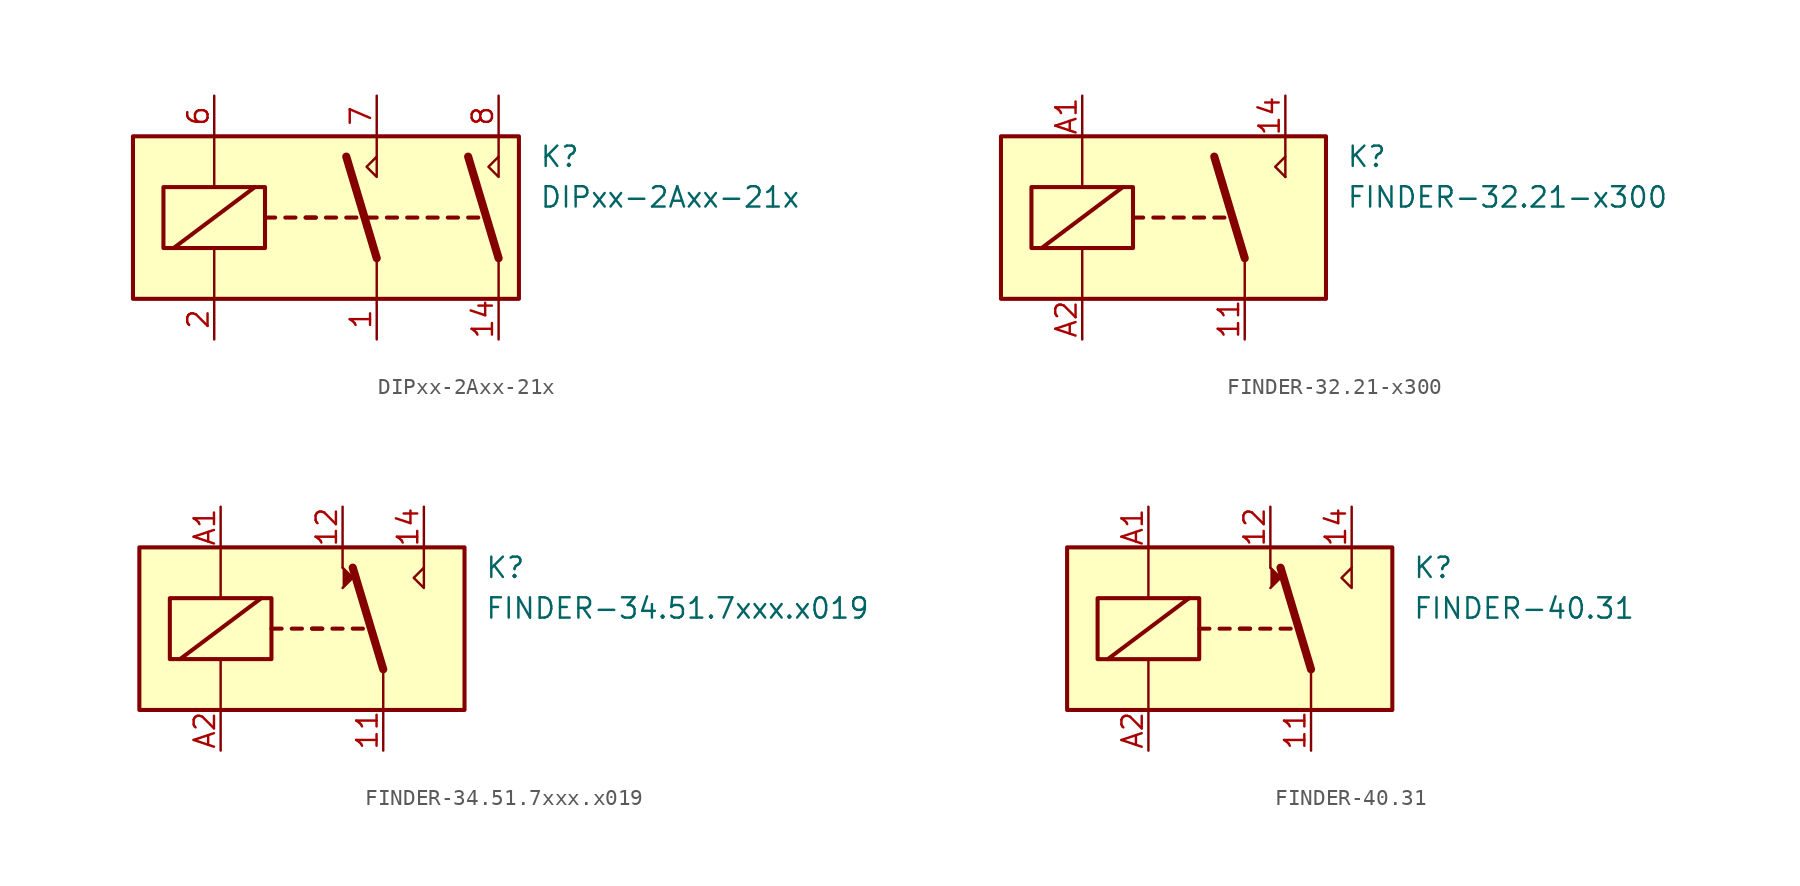
<source format=kicad_sym>
(kicad_symbol_lib
  (version 20201005)
  (generator kicad_symbol_editor)
  (symbol "DIPxx-2Axx-21x"
    (pin_names
      (offset 1.016))
    (property "Reference" "K"
      (at 12.7 3.81 0)
      (effects (font (size 1.27 1.27)) (justify left)))
    (property "Value" "DIPxx-2Axx-21x"
      (at 12.7 1.27 0)
      (effects (font (size 1.27 1.27)) (justify left)))
    (symbol "DIPxx-2Axx-21x_0_0"
      (polyline (pts (xy 2.54 3.81) (xy 2.54 5.08)) (stroke (width 0)) (fill (type none)))
      (polyline (pts (xy 10.16 3.81) (xy 10.16 5.08)) (stroke (width 0)) (fill (type none)))
      (polyline (pts (xy 2.54 3.81) (xy 2.54 2.54) (xy 1.905 3.175) (xy 2.54 3.81)) (stroke (width 0)) (fill (type none)))
      (polyline (pts (xy 10.16 3.81) (xy 10.16 2.54) (xy 9.525 3.175) (xy 10.16 3.81)) (stroke (width 0)) (fill (type none))))
    (symbol "DIPxx-2Axx-21x_0_1"
      (rectangle (start -12.7 5.08) (end 11.43 -5.08) (stroke (width 0.254)) (fill (type background)))
      (rectangle (start -10.795 1.905) (end -4.445 -1.905) (stroke (width 0.254)) (fill (type none)))
      (polyline (pts (xy -10.16 -1.905) (xy -5.08 1.905)) (stroke (width 0.254)) (fill (type none)))
      (polyline (pts (xy -7.62 -5.08) (xy -7.62 -1.905)) (stroke (width 0)) (fill (type none)))
      (polyline (pts (xy -7.62 5.08) (xy -7.62 1.905)) (stroke (width 0)) (fill (type none)))
      (polyline (pts (xy -4.445 0) (xy -3.81 0)) (stroke (width 0.254)) (fill (type none)))
      (polyline (pts (xy -3.175 0) (xy -2.54 0)) (stroke (width 0.254)) (fill (type none)))
      (polyline (pts (xy -1.905 0) (xy -1.27 0)) (stroke (width 0.254)) (fill (type none)))
      (polyline (pts (xy -1.905 0) (xy -1.27 0)) (stroke (width 0.254)) (fill (type none)))
      (polyline (pts (xy -0.635 0) (xy 0 0)) (stroke (width 0.254)) (fill (type none)))
      (polyline (pts (xy 0.635 0) (xy 1.27 0)) (stroke (width 0.254)) (fill (type none)))
      (polyline (pts (xy 1.905 0) (xy 2.54 0)) (stroke (width 0.254)) (fill (type none)))
      (polyline (pts (xy 2.54 -2.54) (xy 0.635 3.81)) (stroke (width 0.508)) (fill (type none)))
      (polyline (pts (xy 2.54 -2.54) (xy 2.54 -5.08)) (stroke (width 0)) (fill (type none)))
      (polyline (pts (xy 3.175 0) (xy 3.81 0)) (stroke (width 0.254)) (fill (type none)))
      (polyline (pts (xy 4.445 0) (xy 5.08 0)) (stroke (width 0.254)) (fill (type none)))
      (polyline (pts (xy 5.715 0) (xy 6.35 0)) (stroke (width 0.254)) (fill (type none)))
      (polyline (pts (xy 6.985 0) (xy 7.62 0)) (stroke (width 0.254)) (fill (type none)))
      (polyline (pts (xy 8.255 0) (xy 8.89 0)) (stroke (width 0.254)) (fill (type none)))
      (polyline (pts (xy 10.16 -2.54) (xy 8.255 3.81)) (stroke (width 0.508)) (fill (type none)))
      (polyline (pts (xy 10.16 -2.54) (xy 10.16 -5.08)) (stroke (width 0)) (fill (type none))))
    (symbol "DIPxx-2Axx-21x_1_1"
      (pin passive line (at 2.54 -7.62 90) (length 2.54) (name "~" (effects (font (size 1.27 1.27)))) (number "1" (effects (font (size 1.27 1.27)))))
      (pin passive line (at 10.16 -7.62 90) (length 2.54) (name "~" (effects (font (size 1.27 1.27)))) (number "14" (effects (font (size 1.27 1.27)))))
      (pin passive line (at -7.62 -7.62 90) (length 2.54) (name "~" (effects (font (size 1.27 1.27)))) (number "2" (effects (font (size 1.27 1.27)))))
      (pin passive line (at -7.62 7.62 270) (length 2.54) (name "~" (effects (font (size 1.27 1.27)))) (number "6" (effects (font (size 1.27 1.27)))))
      (pin passive line (at 2.54 7.62 270) (length 2.54) (name "~" (effects (font (size 1.27 1.27)))) (number "7" (effects (font (size 1.27 1.27)))))
      (pin passive line (at 10.16 7.62 270) (length 2.54) (name "~" (effects (font (size 1.27 1.27)))) (number "8" (effects (font (size 1.27 1.27)))))))
  (symbol "FINDER-32.21-x300"
    (pin_names
      (offset 1.016))
    (property "Reference" "K"
      (at 11.43 3.81 0)
      (effects (font (size 1.27 1.27)) (justify left)))
    (property "Value" "FINDER-32.21-x300"
      (at 11.43 1.27 0)
      (effects (font (size 1.27 1.27)) (justify left)))
    (symbol "FINDER-32.21-x300_0_1"
      (rectangle (start -10.16 5.08) (end 10.16 -5.08) (stroke (width 0.254)) (fill (type background)))
      (rectangle (start -8.255 1.905) (end -1.905 -1.905) (stroke (width 0.254)) (fill (type none)))
      (polyline (pts (xy -7.62 -1.905) (xy -2.54 1.905)) (stroke (width 0.254)) (fill (type none)))
      (polyline (pts (xy -5.08 -5.08) (xy -5.08 -1.905)) (stroke (width 0)) (fill (type none)))
      (polyline (pts (xy -5.08 5.08) (xy -5.08 1.905)) (stroke (width 0)) (fill (type none)))
      (polyline (pts (xy -1.905 0) (xy -1.27 0)) (stroke (width 0.254)) (fill (type none)))
      (polyline (pts (xy -0.635 0) (xy 0 0)) (stroke (width 0.254)) (fill (type none)))
      (polyline (pts (xy 0.635 0) (xy 1.27 0)) (stroke (width 0.254)) (fill (type none)))
      (polyline (pts (xy 1.905 0) (xy 2.54 0)) (stroke (width 0.254)) (fill (type none)))
      (polyline (pts (xy 3.175 0) (xy 3.81 0)) (stroke (width 0.254)) (fill (type none)))
      (polyline (pts (xy 5.08 -2.54) (xy 3.175 3.81)) (stroke (width 0.508)) (fill (type none)))
      (polyline (pts (xy 5.08 -2.54) (xy 5.08 -5.08)) (stroke (width 0)) (fill (type none)))
      (polyline (pts (xy 7.62 2.54) (xy 7.62 5.08)) (stroke (width 0)) (fill (type none)))
      (polyline (pts (xy 7.62 2.54) (xy 6.985 3.175) (xy 7.62 3.81)) (stroke (width 0)) (fill (type none))))
    (symbol "FINDER-32.21-x300_1_1"
      (pin passive line (at 5.08 -7.62 90) (length 2.54) (name "~" (effects (font (size 1.27 1.27)))) (number "11" (effects (font (size 1.27 1.27)))))
      (pin passive line (at 7.62 7.62 270) (length 2.54) (name "~" (effects (font (size 1.27 1.27)))) (number "14" (effects (font (size 1.27 1.27)))))
      (pin passive line (at -5.08 7.62 270) (length 2.54) (name "~" (effects (font (size 1.27 1.27)))) (number "A1" (effects (font (size 1.27 1.27)))))
      (pin passive line (at -5.08 -7.62 90) (length 2.54) (name "~" (effects (font (size 1.27 1.27)))) (number "A2" (effects (font (size 1.27 1.27)))))))
  (symbol "FINDER-34.51.7xxx.x019"
    (pin_names
      (offset 1.016))
    (property "Reference" "K"
      (at 11.43 3.81 0)
      (effects (font (size 1.27 1.27)) (justify left)))
    (property "Value" "FINDER-34.51.7xxx.x019"
      (at 11.43 1.27 0)
      (effects (font (size 1.27 1.27)) (justify left)))
    (symbol "FINDER-34.51.7xxx.x019_0_0"
      (polyline (pts (xy 2.54 3.81) (xy 2.54 5.08)) (stroke (width 0)) (fill (type none)))
      (polyline (pts (xy 7.62 3.81) (xy 7.62 5.08)) (stroke (width 0)) (fill (type none)))
      (polyline (pts (xy 7.62 3.81) (xy 7.62 2.54) (xy 6.985 3.175) (xy 7.62 3.81)) (stroke (width 0)) (fill (type none))))
    (symbol "FINDER-34.51.7xxx.x019_0_1"
      (rectangle (start -10.16 5.08) (end 10.16 -5.08) (stroke (width 0.254)) (fill (type background)))
      (rectangle (start -8.255 1.905) (end -1.905 -1.905) (stroke (width 0.254)) (fill (type none)))
      (polyline (pts (xy -7.62 -1.905) (xy -2.54 1.905)) (stroke (width 0.254)) (fill (type none)))
      (polyline (pts (xy -5.08 -5.08) (xy -5.08 -1.905)) (stroke (width 0)) (fill (type none)))
      (polyline (pts (xy -5.08 5.08) (xy -5.08 1.905)) (stroke (width 0)) (fill (type none)))
      (polyline (pts (xy -1.905 0) (xy -1.27 0)) (stroke (width 0.254)) (fill (type none)))
      (polyline (pts (xy -0.635 0) (xy 0 0)) (stroke (width 0.254)) (fill (type none)))
      (polyline (pts (xy 0.635 0) (xy 1.27 0)) (stroke (width 0.254)) (fill (type none)))
      (polyline (pts (xy 0.635 0) (xy 1.27 0)) (stroke (width 0.254)) (fill (type none)))
      (polyline (pts (xy 1.905 0) (xy 2.54 0)) (stroke (width 0.254)) (fill (type none)))
      (polyline (pts (xy 3.175 0) (xy 3.81 0)) (stroke (width 0.254)) (fill (type none)))
      (polyline (pts (xy 5.08 -2.54) (xy 3.175 3.81)) (stroke (width 0.508)) (fill (type none)))
      (polyline (pts (xy 5.08 -2.54) (xy 5.08 -5.08)) (stroke (width 0)) (fill (type none)))
      (polyline (pts (xy 2.54 2.54) (xy 3.175 3.175) (xy 2.54 3.81)) (stroke (width 0)) (fill (type outline))))
    (symbol "FINDER-34.51.7xxx.x019_1_1"
      (pin passive line (at 5.08 -7.62 90) (length 2.54) (name "~" (effects (font (size 1.27 1.27)))) (number "11" (effects (font (size 1.27 1.27)))))
      (pin passive line (at 2.54 7.62 270) (length 2.54) (name "~" (effects (font (size 1.27 1.27)))) (number "12" (effects (font (size 1.27 1.27)))))
      (pin passive line (at 7.62 7.62 270) (length 2.54) (name "~" (effects (font (size 1.27 1.27)))) (number "14" (effects (font (size 1.27 1.27)))))
      (pin passive line (at -5.08 7.62 270) (length 2.54) (name "~" (effects (font (size 1.27 1.27)))) (number "A1" (effects (font (size 1.27 1.27)))))
      (pin passive line (at -5.08 -7.62 90) (length 2.54) (name "~" (effects (font (size 1.27 1.27)))) (number "A2" (effects (font (size 1.27 1.27)))))))
  (symbol "FINDER-40.31"
    (pin_names
      (offset 1.016))
    (property "Reference" "K"
      (at 11.43 3.81 0)
      (effects (font (size 1.27 1.27)) (justify left)))
    (property "Value" "FINDER-40.31"
      (at 11.43 1.27 0)
      (effects (font (size 1.27 1.27)) (justify left)))
    (symbol "FINDER-40.31_0_0"
      (polyline (pts (xy 2.54 3.81) (xy 2.54 5.08)) (stroke (width 0)) (fill (type none)))
      (polyline (pts (xy 7.62 3.81) (xy 7.62 5.08)) (stroke (width 0)) (fill (type none)))
      (polyline (pts (xy 7.62 3.81) (xy 7.62 2.54) (xy 6.985 3.175) (xy 7.62 3.81)) (stroke (width 0)) (fill (type none))))
    (symbol "FINDER-40.31_0_1"
      (rectangle (start -10.16 5.08) (end 10.16 -5.08) (stroke (width 0.254)) (fill (type background)))
      (rectangle (start -8.255 1.905) (end -1.905 -1.905) (stroke (width 0.254)) (fill (type none)))
      (polyline (pts (xy -7.62 -1.905) (xy -2.54 1.905)) (stroke (width 0.254)) (fill (type none)))
      (polyline (pts (xy -5.08 -5.08) (xy -5.08 -1.905)) (stroke (width 0)) (fill (type none)))
      (polyline (pts (xy -5.08 5.08) (xy -5.08 1.905)) (stroke (width 0)) (fill (type none)))
      (polyline (pts (xy -1.905 0) (xy -1.27 0)) (stroke (width 0.254)) (fill (type none)))
      (polyline (pts (xy -0.635 0) (xy 0 0)) (stroke (width 0.254)) (fill (type none)))
      (polyline (pts (xy 0.635 0) (xy 1.27 0)) (stroke (width 0.254)) (fill (type none)))
      (polyline (pts (xy 0.635 0) (xy 1.27 0)) (stroke (width 0.254)) (fill (type none)))
      (polyline (pts (xy 1.905 0) (xy 2.54 0)) (stroke (width 0.254)) (fill (type none)))
      (polyline (pts (xy 3.175 0) (xy 3.81 0)) (stroke (width 0.254)) (fill (type none)))
      (polyline (pts (xy 5.08 -2.54) (xy 3.175 3.81)) (stroke (width 0.508)) (fill (type none)))
      (polyline (pts (xy 5.08 -2.54) (xy 5.08 -5.08)) (stroke (width 0)) (fill (type none)))
      (polyline (pts (xy 2.54 2.54) (xy 3.175 3.175) (xy 2.54 3.81)) (stroke (width 0)) (fill (type outline))))
    (symbol "FINDER-40.31_1_1"
      (pin passive line (at 5.08 -7.62 90) (length 2.54) (name "~" (effects (font (size 1.27 1.27)))) (number "11" (effects (font (size 1.27 1.27)))))
      (pin passive line (at 2.54 7.62 270) (length 2.54) (name "~" (effects (font (size 1.27 1.27)))) (number "12" (effects (font (size 1.27 1.27)))))
      (pin passive line (at 7.62 7.62 270) (length 2.54) (name "~" (effects (font (size 1.27 1.27)))) (number "14" (effects (font (size 1.27 1.27)))))
      (pin passive line (at -5.08 7.62 270) (length 2.54) (name "~" (effects (font (size 1.27 1.27)))) (number "A1" (effects (font (size 1.27 1.27)))))
      (pin passive line (at -5.08 -7.62 90) (length 2.54) (name "~" (effects (font (size 1.27 1.27)))) (number "A2" (effects (font (size 1.27 1.27))))))))
</source>
